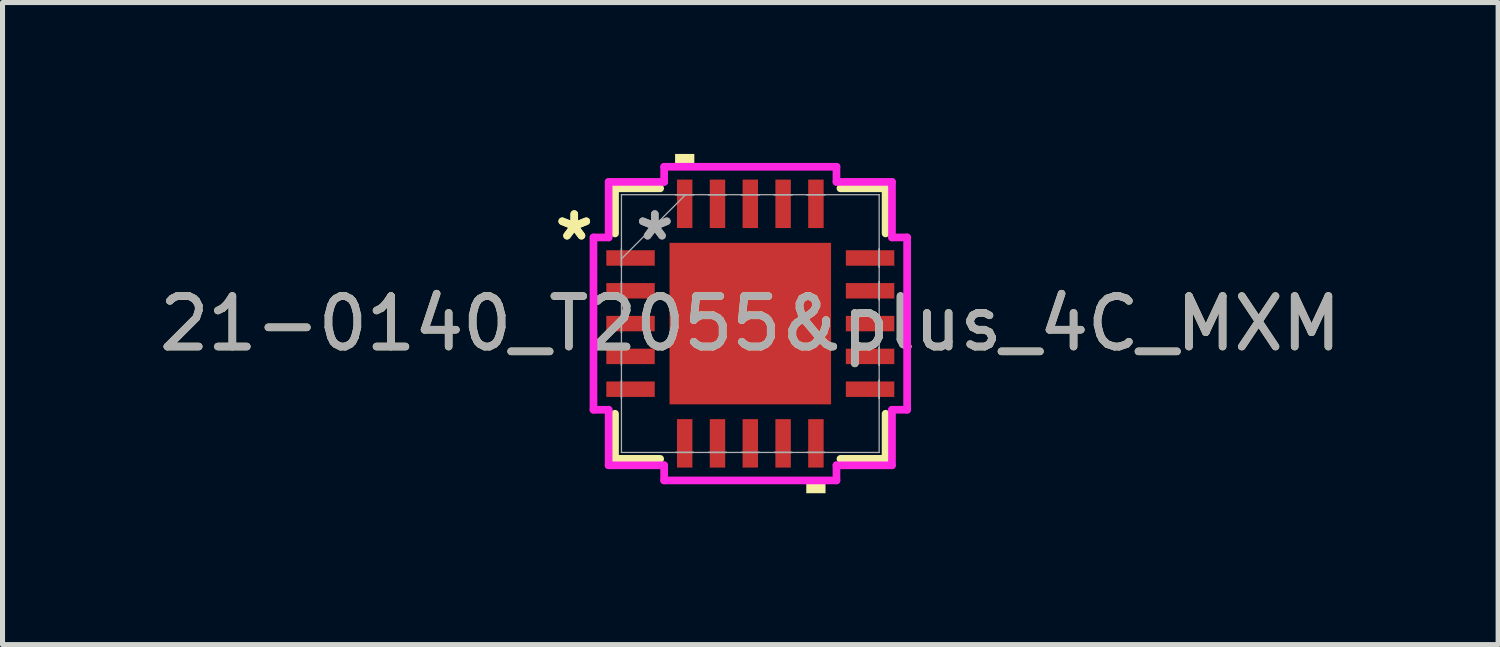
<source format=kicad_pcb>
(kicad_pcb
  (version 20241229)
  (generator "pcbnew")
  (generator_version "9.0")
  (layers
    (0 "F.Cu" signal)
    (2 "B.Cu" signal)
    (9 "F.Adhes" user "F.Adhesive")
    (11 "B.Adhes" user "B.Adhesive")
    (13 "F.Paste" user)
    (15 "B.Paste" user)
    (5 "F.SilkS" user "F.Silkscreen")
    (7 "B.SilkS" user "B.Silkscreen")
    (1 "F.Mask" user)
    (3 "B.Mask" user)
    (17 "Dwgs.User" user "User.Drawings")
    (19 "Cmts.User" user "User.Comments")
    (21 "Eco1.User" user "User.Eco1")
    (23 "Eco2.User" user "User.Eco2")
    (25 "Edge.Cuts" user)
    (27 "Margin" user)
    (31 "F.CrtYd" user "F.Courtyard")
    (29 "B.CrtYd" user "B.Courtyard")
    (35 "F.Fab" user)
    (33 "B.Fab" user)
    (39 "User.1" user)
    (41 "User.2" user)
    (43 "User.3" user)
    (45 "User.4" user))
  (footprint "21-0140_T2055&plus_4C_MXM"
    (layer "F.Cu")
    (at 11.815 3.361)
    (property "Reference" "21-0140_T2055&plus_4C_MXM" (at 0 0 0) (unlocked yes) (layer "F.SilkS") (effects (font (size 1 1) (thickness 0.15))))
    (attr smd)
    (fp_line (start -2.68 -2.68) (end -2.68 -1.786) (stroke (width 0.152) (type solid)) (layer "F.SilkS"))
    (fp_line (start -2.68 1.786) (end -2.68 2.68) (stroke (width 0.152) (type solid)) (layer "F.SilkS"))
    (fp_line (start -2.68 2.68) (end -1.786 2.68) (stroke (width 0.152) (type solid)) (layer "F.SilkS"))
    (fp_line (start -1.786 -2.68) (end -2.68 -2.68) (stroke (width 0.152) (type solid)) (layer "F.SilkS"))
    (fp_line (start 1.786 2.68) (end 2.68 2.68) (stroke (width 0.152) (type solid)) (layer "F.SilkS"))
    (fp_line (start 2.68 -2.68) (end 1.786 -2.68) (stroke (width 0.152) (type solid)) (layer "F.SilkS"))
    (fp_line (start 2.68 -1.786) (end 2.68 -2.68) (stroke (width 0.152) (type solid)) (layer "F.SilkS"))
    (fp_line (start 2.68 2.68) (end 2.68 1.786) (stroke (width 0.152) (type solid)) (layer "F.SilkS"))
    (fp_poly (pts (xy -1.49 -3.107) (xy -1.49 -3.361) (xy -1.109 -3.361) (xy -1.109 -3.107)) (stroke (width 0) (type solid)) (fill yes) (layer "F.SilkS"))
    (fp_poly (pts (xy 1.109 3.107) (xy 1.109 3.361) (xy 1.49 3.361) (xy 1.49 3.107)) (stroke (width 0) (type solid)) (fill yes) (layer "F.SilkS"))
    (fp_poly (pts (xy -1.5 -1.5) (xy -1.5 -0.1) (xy -0.1 -0.1) (xy -0.1 -1.5)) (stroke (width 0) (type solid)) (fill yes) (layer "F.Paste"))
    (fp_poly (pts (xy -1.5 0.1) (xy -1.5 1.5) (xy -0.1 1.5) (xy -0.1 0.1)) (stroke (width 0) (type solid)) (fill yes) (layer "F.Paste"))
    (fp_poly (pts (xy 0.1 -1.5) (xy 0.1 -0.1) (xy 1.5 -0.1) (xy 1.5 -1.5)) (stroke (width 0) (type solid)) (fill yes) (layer "F.Paste"))
    (fp_poly (pts (xy 0.1 0.1) (xy 0.1 1.5) (xy 1.5 1.5) (xy 1.5 0.1)) (stroke (width 0) (type solid)) (fill yes) (layer "F.Paste"))
    (fp_line (start -3.107 -1.707) (end -2.807 -1.707) (stroke (width 0.152) (type solid)) (layer "F.CrtYd"))
    (fp_line (start -3.107 1.707) (end -3.107 -1.707) (stroke (width 0.152) (type solid)) (layer "F.CrtYd"))
    (fp_line (start -2.807 -2.807) (end -1.707 -2.807) (stroke (width 0.152) (type solid)) (layer "F.CrtYd"))
    (fp_line (start -2.807 -1.707) (end -2.807 -2.807) (stroke (width 0.152) (type solid)) (layer "F.CrtYd"))
    (fp_line (start -2.807 1.707) (end -3.107 1.707) (stroke (width 0.152) (type solid)) (layer "F.CrtYd"))
    (fp_line (start -2.807 2.807) (end -2.807 1.707) (stroke (width 0.152) (type solid)) (layer "F.CrtYd"))
    (fp_line (start -1.707 -3.107) (end 1.707 -3.107) (stroke (width 0.152) (type solid)) (layer "F.CrtYd"))
    (fp_line (start -1.707 -2.807) (end -1.707 -3.107) (stroke (width 0.152) (type solid)) (layer "F.CrtYd"))
    (fp_line (start -1.707 2.807) (end -2.807 2.807) (stroke (width 0.152) (type solid)) (layer "F.CrtYd"))
    (fp_line (start -1.707 3.107) (end -1.707 2.807) (stroke (width 0.152) (type solid)) (layer "F.CrtYd"))
    (fp_line (start 1.707 -3.107) (end 1.707 -2.807) (stroke (width 0.152) (type solid)) (layer "F.CrtYd"))
    (fp_line (start 1.707 -2.807) (end 2.807 -2.807) (stroke (width 0.152) (type solid)) (layer "F.CrtYd"))
    (fp_line (start 1.707 2.807) (end 1.707 3.107) (stroke (width 0.152) (type solid)) (layer "F.CrtYd"))
    (fp_line (start 1.707 3.107) (end -1.707 3.107) (stroke (width 0.152) (type solid)) (layer "F.CrtYd"))
    (fp_line (start 2.807 -2.807) (end 2.807 -1.707) (stroke (width 0.152) (type solid)) (layer "F.CrtYd"))
    (fp_line (start 2.807 -1.707) (end 3.107 -1.707) (stroke (width 0.152) (type solid)) (layer "F.CrtYd"))
    (fp_line (start 2.807 1.707) (end 2.807 2.807) (stroke (width 0.152) (type solid)) (layer "F.CrtYd"))
    (fp_line (start 2.807 2.807) (end 1.707 2.807) (stroke (width 0.152) (type solid)) (layer "F.CrtYd"))
    (fp_line (start 3.107 -1.707) (end 3.107 1.707) (stroke (width 0.152) (type solid)) (layer "F.CrtYd"))
    (fp_line (start 3.107 1.707) (end 2.807 1.707) (stroke (width 0.152) (type solid)) (layer "F.CrtYd"))
    (fp_line (start -2.553 -2.553) (end -2.553 -2.553) (stroke (width 0.025) (type solid)) (layer "F.Fab"))
    (fp_line (start -2.553 -2.553) (end -2.553 2.553) (stroke (width 0.025) (type solid)) (layer "F.Fab"))
    (fp_line (start -2.553 -1.478) (end -2.553 -1.478) (stroke (width 0.025) (type solid)) (layer "F.Fab"))
    (fp_line (start -2.553 -1.478) (end -2.553 -1.122) (stroke (width 0.025) (type solid)) (layer "F.Fab"))
    (fp_line (start -2.553 -1.283) (end -1.283 -2.553) (stroke (width 0.025) (type solid)) (layer "F.Fab"))
    (fp_line (start -2.553 -1.122) (end -2.553 -1.478) (stroke (width 0.025) (type solid)) (layer "F.Fab"))
    (fp_line (start -2.553 -1.122) (end -2.553 -1.122) (stroke (width 0.025) (type solid)) (layer "F.Fab"))
    (fp_line (start -2.553 -0.828) (end -2.553 -0.828) (stroke (width 0.025) (type solid)) (layer "F.Fab"))
    (fp_line (start -2.553 -0.828) (end -2.553 -0.472) (stroke (width 0.025) (type solid)) (layer "F.Fab"))
    (fp_line (start -2.553 -0.472) (end -2.553 -0.828) (stroke (width 0.025) (type solid)) (layer "F.Fab"))
    (fp_line (start -2.553 -0.472) (end -2.553 -0.472) (stroke (width 0.025) (type solid)) (layer "F.Fab"))
    (fp_line (start -2.553 -0.178) (end -2.553 -0.178) (stroke (width 0.025) (type solid)) (layer "F.Fab"))
    (fp_line (start -2.553 -0.178) (end -2.553 0.178) (stroke (width 0.025) (type solid)) (layer "F.Fab"))
    (fp_line (start -2.553 0.178) (end -2.553 -0.178) (stroke (width 0.025) (type solid)) (layer "F.Fab"))
    (fp_line (start -2.553 0.178) (end -2.553 0.178) (stroke (width 0.025) (type solid)) (layer "F.Fab"))
    (fp_line (start -2.553 0.472) (end -2.553 0.472) (stroke (width 0.025) (type solid)) (layer "F.Fab"))
    (fp_line (start -2.553 0.472) (end -2.553 0.828) (stroke (width 0.025) (type solid)) (layer "F.Fab"))
    (fp_line (start -2.553 0.828) (end -2.553 0.472) (stroke (width 0.025) (type solid)) (layer "F.Fab"))
    (fp_line (start -2.553 0.828) (end -2.553 0.828) (stroke (width 0.025) (type solid)) (layer "F.Fab"))
    (fp_line (start -2.553 1.122) (end -2.553 1.122) (stroke (width 0.025) (type solid)) (layer "F.Fab"))
    (fp_line (start -2.553 1.122) (end -2.553 1.478) (stroke (width 0.025) (type solid)) (layer "F.Fab"))
    (fp_line (start -2.553 1.478) (end -2.553 1.122) (stroke (width 0.025) (type solid)) (layer "F.Fab"))
    (fp_line (start -2.553 1.478) (end -2.553 1.478) (stroke (width 0.025) (type solid)) (layer "F.Fab"))
    (fp_line (start -2.553 2.553) (end -2.553 2.553) (stroke (width 0.025) (type solid)) (layer "F.Fab"))
    (fp_line (start -2.553 2.553) (end 2.553 2.553) (stroke (width 0.025) (type solid)) (layer "F.Fab"))
    (fp_line (start -1.478 -2.553) (end -1.478 -2.553) (stroke (width 0.025) (type solid)) (layer "F.Fab"))
    (fp_line (start -1.478 -2.553) (end -1.122 -2.553) (stroke (width 0.025) (type solid)) (layer "F.Fab"))
    (fp_line (start -1.478 2.553) (end -1.478 2.553) (stroke (width 0.025) (type solid)) (layer "F.Fab"))
    (fp_line (start -1.478 2.553) (end -1.122 2.553) (stroke (width 0.025) (type solid)) (layer "F.Fab"))
    (fp_line (start -1.122 -2.553) (end -1.478 -2.553) (stroke (width 0.025) (type solid)) (layer "F.Fab"))
    (fp_line (start -1.122 -2.553) (end -1.122 -2.553) (stroke (width 0.025) (type solid)) (layer "F.Fab"))
    (fp_line (start -1.122 2.553) (end -1.478 2.553) (stroke (width 0.025) (type solid)) (layer "F.Fab"))
    (fp_line (start -1.122 2.553) (end -1.122 2.553) (stroke (width 0.025) (type solid)) (layer "F.Fab"))
    (fp_line (start -0.828 -2.553) (end -0.828 -2.553) (stroke (width 0.025) (type solid)) (layer "F.Fab"))
    (fp_line (start -0.828 -2.553) (end -0.472 -2.553) (stroke (width 0.025) (type solid)) (layer "F.Fab"))
    (fp_line (start -0.828 2.553) (end -0.828 2.553) (stroke (width 0.025) (type solid)) (layer "F.Fab"))
    (fp_line (start -0.828 2.553) (end -0.472 2.553) (stroke (width 0.025) (type solid)) (layer "F.Fab"))
    (fp_line (start -0.472 -2.553) (end -0.828 -2.553) (stroke (width 0.025) (type solid)) (layer "F.Fab"))
    (fp_line (start -0.472 -2.553) (end -0.472 -2.553) (stroke (width 0.025) (type solid)) (layer "F.Fab"))
    (fp_line (start -0.472 2.553) (end -0.828 2.553) (stroke (width 0.025) (type solid)) (layer "F.Fab"))
    (fp_line (start -0.472 2.553) (end -0.472 2.553) (stroke (width 0.025) (type solid)) (layer "F.Fab"))
    (fp_line (start -0.178 -2.553) (end -0.178 -2.553) (stroke (width 0.025) (type solid)) (layer "F.Fab"))
    (fp_line (start -0.178 -2.553) (end 0.178 -2.553) (stroke (width 0.025) (type solid)) (layer "F.Fab"))
    (fp_line (start -0.178 2.553) (end -0.178 2.553) (stroke (width 0.025) (type solid)) (layer "F.Fab"))
    (fp_line (start -0.178 2.553) (end 0.178 2.553) (stroke (width 0.025) (type solid)) (layer "F.Fab"))
    (fp_line (start 0.178 -2.553) (end -0.178 -2.553) (stroke (width 0.025) (type solid)) (layer "F.Fab"))
    (fp_line (start 0.178 -2.553) (end 0.178 -2.553) (stroke (width 0.025) (type solid)) (layer "F.Fab"))
    (fp_line (start 0.178 2.553) (end -0.178 2.553) (stroke (width 0.025) (type solid)) (layer "F.Fab"))
    (fp_line (start 0.178 2.553) (end 0.178 2.553) (stroke (width 0.025) (type solid)) (layer "F.Fab"))
    (fp_line (start 0.472 -2.553) (end 0.472 -2.553) (stroke (width 0.025) (type solid)) (layer "F.Fab"))
    (fp_line (start 0.472 -2.553) (end 0.828 -2.553) (stroke (width 0.025) (type solid)) (layer "F.Fab"))
    (fp_line (start 0.472 2.553) (end 0.472 2.553) (stroke (width 0.025) (type solid)) (layer "F.Fab"))
    (fp_line (start 0.472 2.553) (end 0.828 2.553) (stroke (width 0.025) (type solid)) (layer "F.Fab"))
    (fp_line (start 0.828 -2.553) (end 0.472 -2.553) (stroke (width 0.025) (type solid)) (layer "F.Fab"))
    (fp_line (start 0.828 -2.553) (end 0.828 -2.553) (stroke (width 0.025) (type solid)) (layer "F.Fab"))
    (fp_line (start 0.828 2.553) (end 0.472 2.553) (stroke (width 0.025) (type solid)) (layer "F.Fab"))
    (fp_line (start 0.828 2.553) (end 0.828 2.553) (stroke (width 0.025) (type solid)) (layer "F.Fab"))
    (fp_line (start 1.122 -2.553) (end 1.122 -2.553) (stroke (width 0.025) (type solid)) (layer "F.Fab"))
    (fp_line (start 1.122 -2.553) (end 1.478 -2.553) (stroke (width 0.025) (type solid)) (layer "F.Fab"))
    (fp_line (start 1.122 2.553) (end 1.122 2.553) (stroke (width 0.025) (type solid)) (layer "F.Fab"))
    (fp_line (start 1.122 2.553) (end 1.478 2.553) (stroke (width 0.025) (type solid)) (layer "F.Fab"))
    (fp_line (start 1.478 -2.553) (end 1.122 -2.553) (stroke (width 0.025) (type solid)) (layer "F.Fab"))
    (fp_line (start 1.478 -2.553) (end 1.478 -2.553) (stroke (width 0.025) (type solid)) (layer "F.Fab"))
    (fp_line (start 1.478 2.553) (end 1.122 2.553) (stroke (width 0.025) (type solid)) (layer "F.Fab"))
    (fp_line (start 1.478 2.553) (end 1.478 2.553) (stroke (width 0.025) (type solid)) (layer "F.Fab"))
    (fp_line (start 2.553 -2.553) (end -2.553 -2.553) (stroke (width 0.025) (type solid)) (layer "F.Fab"))
    (fp_line (start 2.553 -2.553) (end 2.553 -2.553) (stroke (width 0.025) (type solid)) (layer "F.Fab"))
    (fp_line (start 2.553 -1.478) (end 2.553 -1.478) (stroke (width 0.025) (type solid)) (layer "F.Fab"))
    (fp_line (start 2.553 -1.478) (end 2.553 -1.122) (stroke (width 0.025) (type solid)) (layer "F.Fab"))
    (fp_line (start 2.553 -1.122) (end 2.553 -1.478) (stroke (width 0.025) (type solid)) (layer "F.Fab"))
    (fp_line (start 2.553 -1.122) (end 2.553 -1.122) (stroke (width 0.025) (type solid)) (layer "F.Fab"))
    (fp_line (start 2.553 -0.828) (end 2.553 -0.828) (stroke (width 0.025) (type solid)) (layer "F.Fab"))
    (fp_line (start 2.553 -0.828) (end 2.553 -0.472) (stroke (width 0.025) (type solid)) (layer "F.Fab"))
    (fp_line (start 2.553 -0.472) (end 2.553 -0.828) (stroke (width 0.025) (type solid)) (layer "F.Fab"))
    (fp_line (start 2.553 -0.472) (end 2.553 -0.472) (stroke (width 0.025) (type solid)) (layer "F.Fab"))
    (fp_line (start 2.553 -0.178) (end 2.553 -0.178) (stroke (width 0.025) (type solid)) (layer "F.Fab"))
    (fp_line (start 2.553 -0.178) (end 2.553 0.178) (stroke (width 0.025) (type solid)) (layer "F.Fab"))
    (fp_line (start 2.553 0.178) (end 2.553 -0.178) (stroke (width 0.025) (type solid)) (layer "F.Fab"))
    (fp_line (start 2.553 0.178) (end 2.553 0.178) (stroke (width 0.025) (type solid)) (layer "F.Fab"))
    (fp_line (start 2.553 0.472) (end 2.553 0.472) (stroke (width 0.025) (type solid)) (layer "F.Fab"))
    (fp_line (start 2.553 0.472) (end 2.553 0.828) (stroke (width 0.025) (type solid)) (layer "F.Fab"))
    (fp_line (start 2.553 0.828) (end 2.553 0.472) (stroke (width 0.025) (type solid)) (layer "F.Fab"))
    (fp_line (start 2.553 0.828) (end 2.553 0.828) (stroke (width 0.025) (type solid)) (layer "F.Fab"))
    (fp_line (start 2.553 1.122) (end 2.553 1.122) (stroke (width 0.025) (type solid)) (layer "F.Fab"))
    (fp_line (start 2.553 1.122) (end 2.553 1.478) (stroke (width 0.025) (type solid)) (layer "F.Fab"))
    (fp_line (start 2.553 1.478) (end 2.553 1.122) (stroke (width 0.025) (type solid)) (layer "F.Fab"))
    (fp_line (start 2.553 1.478) (end 2.553 1.478) (stroke (width 0.025) (type solid)) (layer "F.Fab"))
    (fp_line (start 2.553 2.553) (end 2.553 -2.553) (stroke (width 0.025) (type solid)) (layer "F.Fab"))
    (fp_line (start 2.553 2.553) (end 2.553 2.553) (stroke (width 0.025) (type solid)) (layer "F.Fab"))
    (fp_text user "*" (at -3.488 -1.625 0) (unlocked yes) (layer "F.SilkS") (effects (font (size 1 1) (thickness 0.15))))
    (fp_text user "*" (at -3.488 -1.625 0) (layer "F.SilkS") (effects (font (size 1 1) (thickness 0.15))))
    (fp_text user "*" (at -1.892 -1.625 0) (layer "F.Fab") (effects (font (size 1 1) (thickness 0.15))))
    (fp_text user "*" (at -1.892 -1.625 0) (unlocked yes) (layer "F.Fab") (effects (font (size 1 1) (thickness 0.15))))
    (fp_text user "${REFERENCE}" (at 0 0 0) (unlocked yes) (layer "F.Fab") (effects (font (size 1 1) (thickness 0.15))))
    (pad "1" smd rect (at -2.373 -1.3 90) (size 0.306 0.96) (layers "F.Cu" "F.Mask" "F.Paste"))
    (pad "2" smd rect (at -2.373 -0.65 90) (size 0.306 0.96) (layers "F.Cu" "F.Mask" "F.Paste"))
    (pad "3" smd rect (at -2.373 0 90) (size 0.306 0.96) (layers "F.Cu" "F.Mask" "F.Paste"))
    (pad "4" smd rect (at -2.373 0.65 90) (size 0.306 0.96) (layers "F.Cu" "F.Mask" "F.Paste"))
    (pad "5" smd rect (at -2.373 1.3 90) (size 0.306 0.96) (layers "F.Cu" "F.Mask" "F.Paste"))
    (pad "6" smd rect (at -1.3 2.373) (size 0.306 0.96) (layers "F.Cu" "F.Mask" "F.Paste"))
    (pad "7" smd rect (at -0.65 2.373) (size 0.306 0.96) (layers "F.Cu" "F.Mask" "F.Paste"))
    (pad "8" smd rect (at 0 2.373) (size 0.306 0.96) (layers "F.Cu" "F.Mask" "F.Paste"))
    (pad "9" smd rect (at 0.65 2.373) (size 0.306 0.96) (layers "F.Cu" "F.Mask" "F.Paste"))
    (pad "10" smd rect (at 1.3 2.373) (size 0.306 0.96) (layers "F.Cu" "F.Mask" "F.Paste"))
    (pad "11" smd rect (at 2.373 1.3 90) (size 0.306 0.96) (layers "F.Cu" "F.Mask" "F.Paste"))
    (pad "12" smd rect (at 2.373 0.65 90) (size 0.306 0.96) (layers "F.Cu" "F.Mask" "F.Paste"))
    (pad "13" smd rect (at 2.373 0 90) (size 0.306 0.96) (layers "F.Cu" "F.Mask" "F.Paste"))
    (pad "14" smd rect (at 2.373 -0.65 90) (size 0.306 0.96) (layers "F.Cu" "F.Mask" "F.Paste"))
    (pad "15" smd rect (at 2.373 -1.3 90) (size 0.306 0.96) (layers "F.Cu" "F.Mask" "F.Paste"))
    (pad "16" smd rect (at 1.3 -2.373) (size 0.306 0.96) (layers "F.Cu" "F.Mask" "F.Paste"))
    (pad "17" smd rect (at 0.65 -2.373) (size 0.306 0.96) (layers "F.Cu" "F.Mask" "F.Paste"))
    (pad "18" smd rect (at 0 -2.373) (size 0.306 0.96) (layers "F.Cu" "F.Mask" "F.Paste"))
    (pad "19" smd rect (at -0.65 -2.373) (size 0.306 0.96) (layers "F.Cu" "F.Mask" "F.Paste"))
    (pad "20" smd rect (at -1.3 -2.373) (size 0.306 0.96) (layers "F.Cu" "F.Mask" "F.Paste"))
    (pad "21" smd rect (at 0 0) (size 3.2 3.2) (layers "F.Cu" "F.Mask" "F.Paste")))
  (gr_rect
    (start -3 -3)
    (end 26.631 9.721)
    (stroke (width 0.1) (type default))
    (fill no)
    (layer "Edge.Cuts")))
</source>
